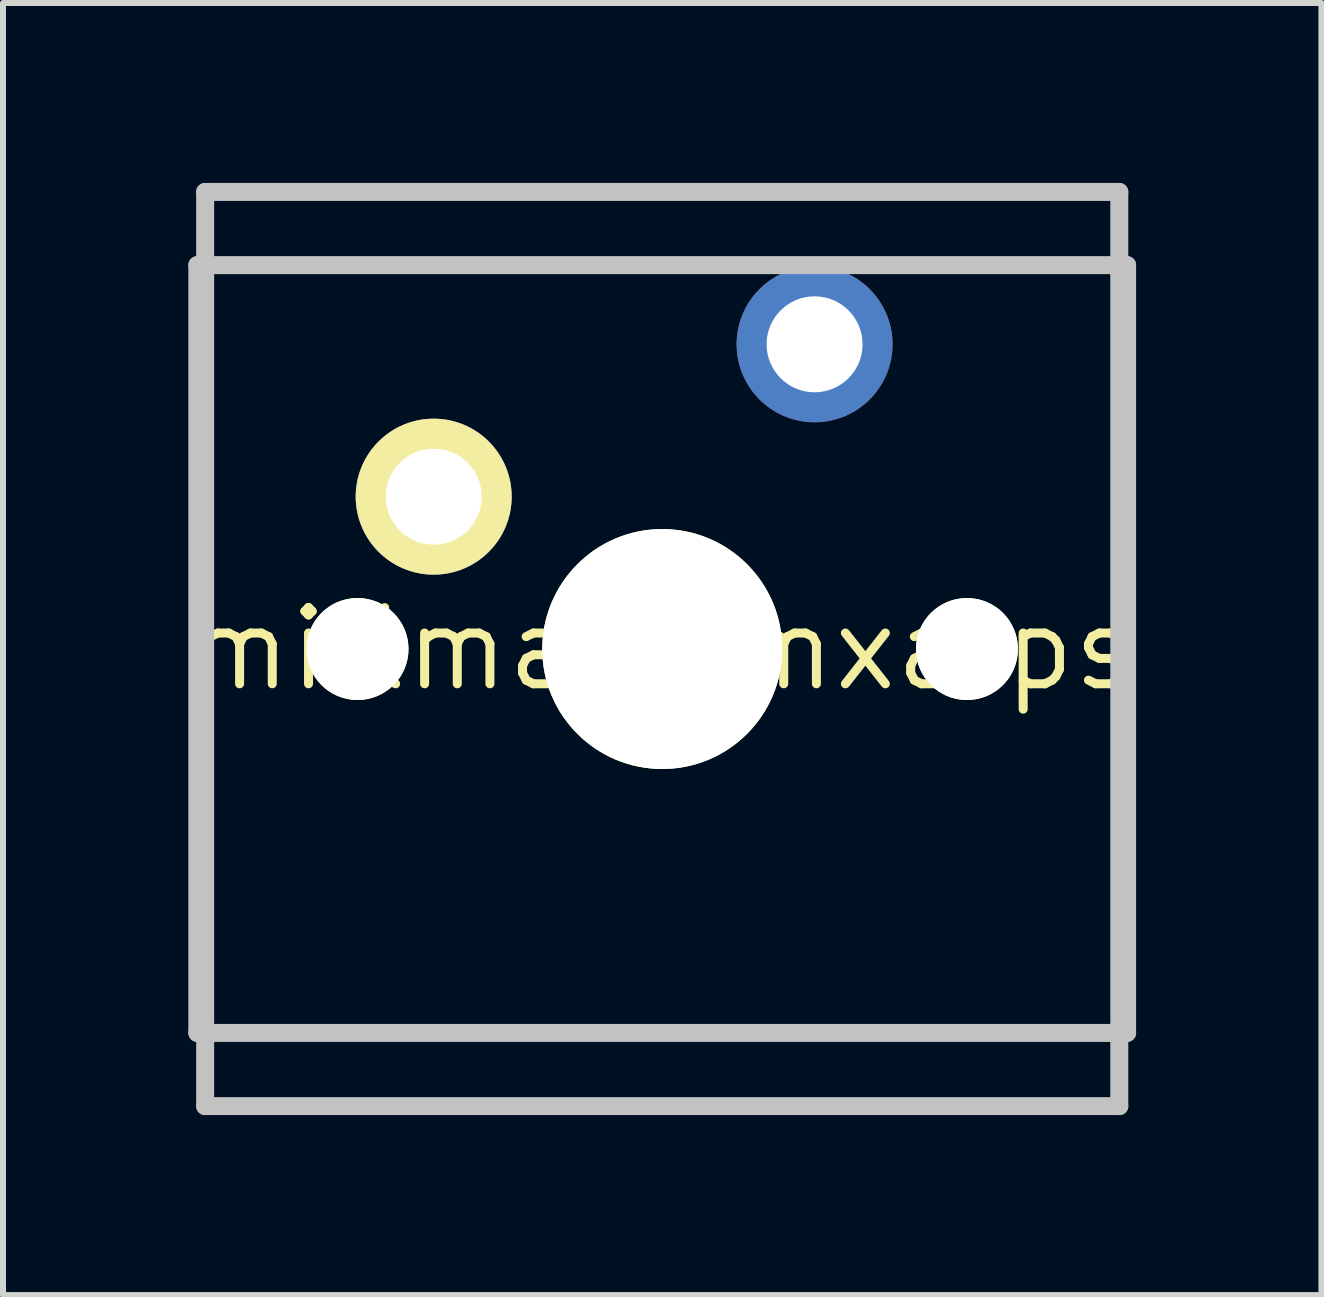
<source format=kicad_pcb>
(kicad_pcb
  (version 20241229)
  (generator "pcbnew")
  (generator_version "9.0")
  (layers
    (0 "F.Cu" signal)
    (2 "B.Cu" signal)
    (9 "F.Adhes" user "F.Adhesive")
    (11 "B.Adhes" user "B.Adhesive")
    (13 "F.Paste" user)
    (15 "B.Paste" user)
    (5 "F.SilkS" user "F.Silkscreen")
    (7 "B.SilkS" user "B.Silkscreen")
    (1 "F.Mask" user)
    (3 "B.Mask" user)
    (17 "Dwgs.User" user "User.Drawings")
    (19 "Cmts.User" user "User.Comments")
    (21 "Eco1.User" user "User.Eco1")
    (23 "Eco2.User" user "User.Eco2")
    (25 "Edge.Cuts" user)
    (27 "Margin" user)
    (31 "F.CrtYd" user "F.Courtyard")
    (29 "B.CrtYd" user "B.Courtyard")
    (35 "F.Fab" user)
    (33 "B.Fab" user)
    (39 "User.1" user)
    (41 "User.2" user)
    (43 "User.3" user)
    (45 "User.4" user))
  (footprint "millmax-mxalps"
    (layer "F.Cu")
    (at 7.99 7.77)
    (property "Reference" "millmax-mxalps" (at 0 0 0) (layer "F.SilkS") (effects (font (size 1.27 1.27) (thickness 0.15))))
    (attr through_hole)
    (fp_line (start -7.75 6.4) (end -7.75 -6.4) (stroke (width 0.3) (type solid)) (layer "Dwgs.User"))
    (fp_line (start -7.75 6.4) (end 7.75 6.4) (stroke (width 0.3) (type solid)) (layer "Dwgs.User"))
    (fp_line (start -7.62 -7.62) (end 7.62 -7.62) (stroke (width 0.3) (type solid)) (layer "Dwgs.User"))
    (fp_line (start -7.62 7.62) (end -7.62 -7.62) (stroke (width 0.3) (type solid)) (layer "Dwgs.User"))
    (fp_line (start 7.62 -7.62) (end 7.62 7.62) (stroke (width 0.3) (type solid)) (layer "Dwgs.User"))
    (fp_line (start 7.62 7.62) (end -7.62 7.62) (stroke (width 0.3) (type solid)) (layer "Dwgs.User"))
    (fp_line (start 7.75 -6.4) (end -7.75 -6.4) (stroke (width 0.3) (type solid)) (layer "Dwgs.User"))
    (fp_line (start 7.75 6.4) (end 7.75 -6.4) (stroke (width 0.3) (type solid)) (layer "Dwgs.User"))
    (pad "" np_thru_hole circle (at -5.08 0) (size 1.7 1.7) (drill 1.7) (layers "*.Cu" "*.Mask" "F.SilkS"))
    (pad "" np_thru_hole circle (at 0 0) (size 4 4) (drill 4) (layers "*.Cu" "*.Mask" "F.SilkS"))
    (pad "" np_thru_hole circle (at 5.08 0) (size 1.7 1.7) (drill 1.7) (layers "*.Cu" "*.Mask" "F.SilkS"))
    (pad "1" thru_hole circle (at -3.81 -2.54) (size 2.6 2.6) (drill 1.6) (layers "*.Cu" "*.Mask" "F.SilkS"))
    (pad "2" thru_hole circle (at 2.54 -5.08) (size 2.6 2.6) (drill 1.6) (layers "*.Cu" "*.Mask")))
  (gr_rect
    (start -3 -3)
    (end 18.98 18.54)
    (stroke (width 0.1) (type default))
    (fill no)
    (layer "Edge.Cuts")))
</source>
